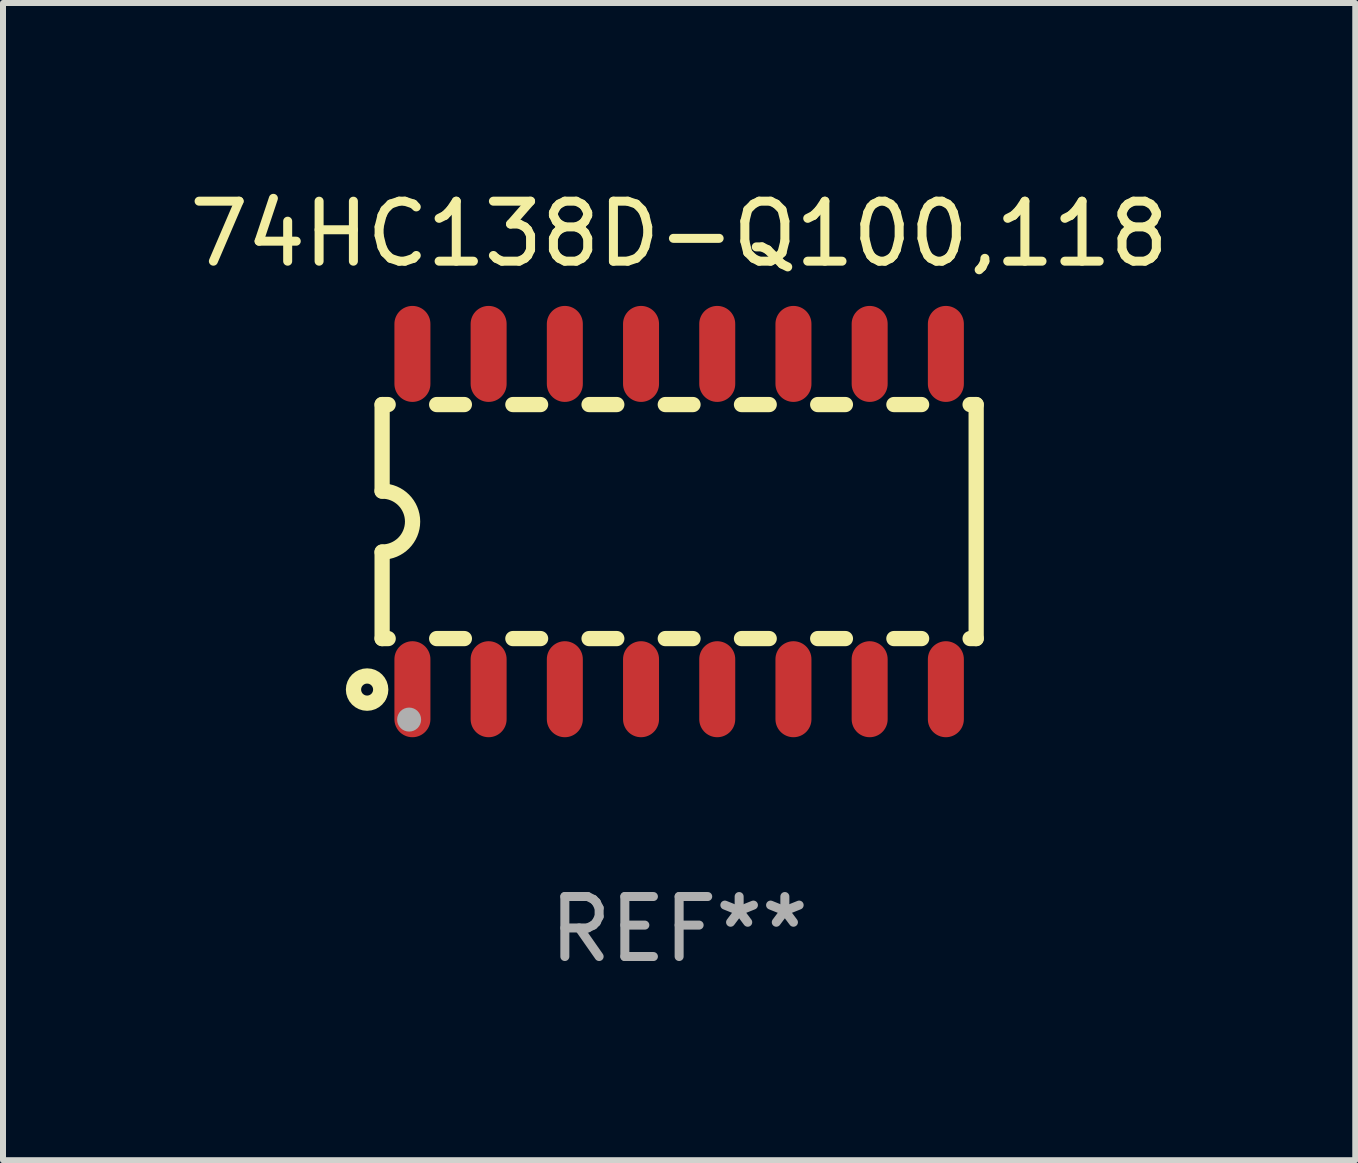
<source format=kicad_pcb>
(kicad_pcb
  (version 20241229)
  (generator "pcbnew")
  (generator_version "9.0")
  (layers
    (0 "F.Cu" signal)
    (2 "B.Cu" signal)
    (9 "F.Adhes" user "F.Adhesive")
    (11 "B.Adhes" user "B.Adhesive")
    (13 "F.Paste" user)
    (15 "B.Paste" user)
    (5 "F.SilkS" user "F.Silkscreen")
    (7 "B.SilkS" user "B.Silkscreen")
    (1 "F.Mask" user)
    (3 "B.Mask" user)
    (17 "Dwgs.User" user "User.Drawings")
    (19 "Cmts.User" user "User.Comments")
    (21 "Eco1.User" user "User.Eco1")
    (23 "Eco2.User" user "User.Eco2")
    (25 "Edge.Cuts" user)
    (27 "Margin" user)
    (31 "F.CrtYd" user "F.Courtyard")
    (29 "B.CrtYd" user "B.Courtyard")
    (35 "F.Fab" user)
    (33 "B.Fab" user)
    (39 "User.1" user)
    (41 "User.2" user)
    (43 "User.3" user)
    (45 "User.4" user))
  (footprint "74HC138D-Q100,118"
    (layer "F.Cu")
    (at 8.268 5.642)
    (property "Reference" "74HC138D-Q100,118" (at 0 -4.794 0) (layer "F.SilkS") (effects (font (size 1 1) (thickness 0.15))))
    (attr through_hole)
    (fp_line (start -4.95 -1.95) (end -4.95 -0.508) (stroke (width 0.254) (type solid)) (layer "F.SilkS"))
    (fp_line (start -4.95 -1.95) (end -4.849 -1.95) (stroke (width 0.254) (type solid)) (layer "F.SilkS"))
    (fp_line (start -4.95 1.95) (end -4.95 0.508) (stroke (width 0.254) (type solid)) (layer "F.SilkS"))
    (fp_line (start -4.95 1.95) (end -4.849 1.95) (stroke (width 0.254) (type solid)) (layer "F.SilkS"))
    (fp_line (start -4.041 -1.95) (end -3.579 -1.95) (stroke (width 0.254) (type solid)) (layer "F.SilkS"))
    (fp_line (start -4.041 1.95) (end -3.579 1.95) (stroke (width 0.254) (type solid)) (layer "F.SilkS"))
    (fp_line (start -2.771 -1.95) (end -2.309 -1.95) (stroke (width 0.254) (type solid)) (layer "F.SilkS"))
    (fp_line (start -2.771 1.95) (end -2.309 1.95) (stroke (width 0.254) (type solid)) (layer "F.SilkS"))
    (fp_line (start -1.501 -1.95) (end -1.039 -1.95) (stroke (width 0.254) (type solid)) (layer "F.SilkS"))
    (fp_line (start -1.501 1.95) (end -1.039 1.95) (stroke (width 0.254) (type solid)) (layer "F.SilkS"))
    (fp_line (start -0.231 -1.95) (end 0.231 -1.95) (stroke (width 0.254) (type solid)) (layer "F.SilkS"))
    (fp_line (start -0.231 1.95) (end 0.231 1.95) (stroke (width 0.254) (type solid)) (layer "F.SilkS"))
    (fp_line (start 1.039 -1.95) (end 1.501 -1.95) (stroke (width 0.254) (type solid)) (layer "F.SilkS"))
    (fp_line (start 1.039 1.95) (end 1.501 1.95) (stroke (width 0.254) (type solid)) (layer "F.SilkS"))
    (fp_line (start 2.309 -1.95) (end 2.771 -1.95) (stroke (width 0.254) (type solid)) (layer "F.SilkS"))
    (fp_line (start 2.309 1.95) (end 2.771 1.95) (stroke (width 0.254) (type solid)) (layer "F.SilkS"))
    (fp_line (start 3.579 -1.95) (end 4.041 -1.95) (stroke (width 0.254) (type solid)) (layer "F.SilkS"))
    (fp_line (start 3.579 1.95) (end 4.041 1.95) (stroke (width 0.254) (type solid)) (layer "F.SilkS"))
    (fp_line (start 4.849 -1.95) (end 4.95 -1.95) (stroke (width 0.254) (type solid)) (layer "F.SilkS"))
    (fp_line (start 4.849 1.95) (end 4.95 1.95) (stroke (width 0.254) (type solid)) (layer "F.SilkS"))
    (fp_line (start 4.95 -1.95) (end 4.95 1.95) (stroke (width 0.254) (type solid)) (layer "F.SilkS"))
    (fp_arc (start -4.95047 -0.508001) (mid -4.442469 -0.000228) (end -4.950013 0.508001) (stroke (width 0.254001) (type solid)) (layer "F.SilkS"))
    (fp_circle (center -5.2 2.8) (end -5.1 2.8) (stroke (width 0.254) (type solid)) (fill no) (layer "F.SilkS"))
    (fp_circle (center -4.95 2.947) (end -4.92 2.947) (stroke (width 0.06) (type solid)) (fill no) (layer "F.SilkS"))
    (fp_circle (center -4.5 3.3) (end -4.4 3.3) (stroke (width 0.2) (type solid)) (fill no) (layer "F.Fab"))
    (fp_text user "REF**" (at 0 6.794 0) (layer "F.Fab") (effects (font (size 1 1) (thickness 0.15))))
    (pad "1" smd oval (at -4.445 2.794) (size 0.6 1.6) (layers "F.Cu" "F.Mask" "F.Paste"))
    (pad "2" smd oval (at -3.175 2.794) (size 0.6 1.6) (layers "F.Cu" "F.Mask" "F.Paste"))
    (pad "3" smd oval (at -1.905 2.794) (size 0.6 1.6) (layers "F.Cu" "F.Mask" "F.Paste"))
    (pad "4" smd oval (at -0.635 2.794) (size 0.6 1.6) (layers "F.Cu" "F.Mask" "F.Paste"))
    (pad "5" smd oval (at 0.635 2.794) (size 0.6 1.6) (layers "F.Cu" "F.Mask" "F.Paste"))
    (pad "6" smd oval (at 1.905 2.794) (size 0.6 1.6) (layers "F.Cu" "F.Mask" "F.Paste"))
    (pad "7" smd oval (at 3.175 2.794) (size 0.6 1.6) (layers "F.Cu" "F.Mask" "F.Paste"))
    (pad "8" smd oval (at 4.445 2.794) (size 0.6 1.6) (layers "F.Cu" "F.Mask" "F.Paste"))
    (pad "9" smd oval (at 4.445 -2.794) (size 0.6 1.6) (layers "F.Cu" "F.Mask" "F.Paste"))
    (pad "10" smd oval (at 3.175 -2.794) (size 0.6 1.6) (layers "F.Cu" "F.Mask" "F.Paste"))
    (pad "11" smd oval (at 1.905 -2.794) (size 0.6 1.6) (layers "F.Cu" "F.Mask" "F.Paste"))
    (pad "12" smd oval (at 0.635 -2.794) (size 0.6 1.6) (layers "F.Cu" "F.Mask" "F.Paste"))
    (pad "13" smd oval (at -0.635 -2.794) (size 0.6 1.6) (layers "F.Cu" "F.Mask" "F.Paste"))
    (pad "14" smd oval (at -1.905 -2.794) (size 0.6 1.6) (layers "F.Cu" "F.Mask" "F.Paste"))
    (pad "15" smd oval (at -3.175 -2.794) (size 0.6 1.6) (layers "F.Cu" "F.Mask" "F.Paste"))
    (pad "16" smd oval (at -4.445 -2.794) (size 0.6 1.6) (layers "F.Cu" "F.Mask" "F.Paste")))
  (gr_rect
    (start -3 -3)
    (end 19.536 16.285)
    (stroke (width 0.1) (type default))
    (fill no)
    (layer "Edge.Cuts")))
</source>
